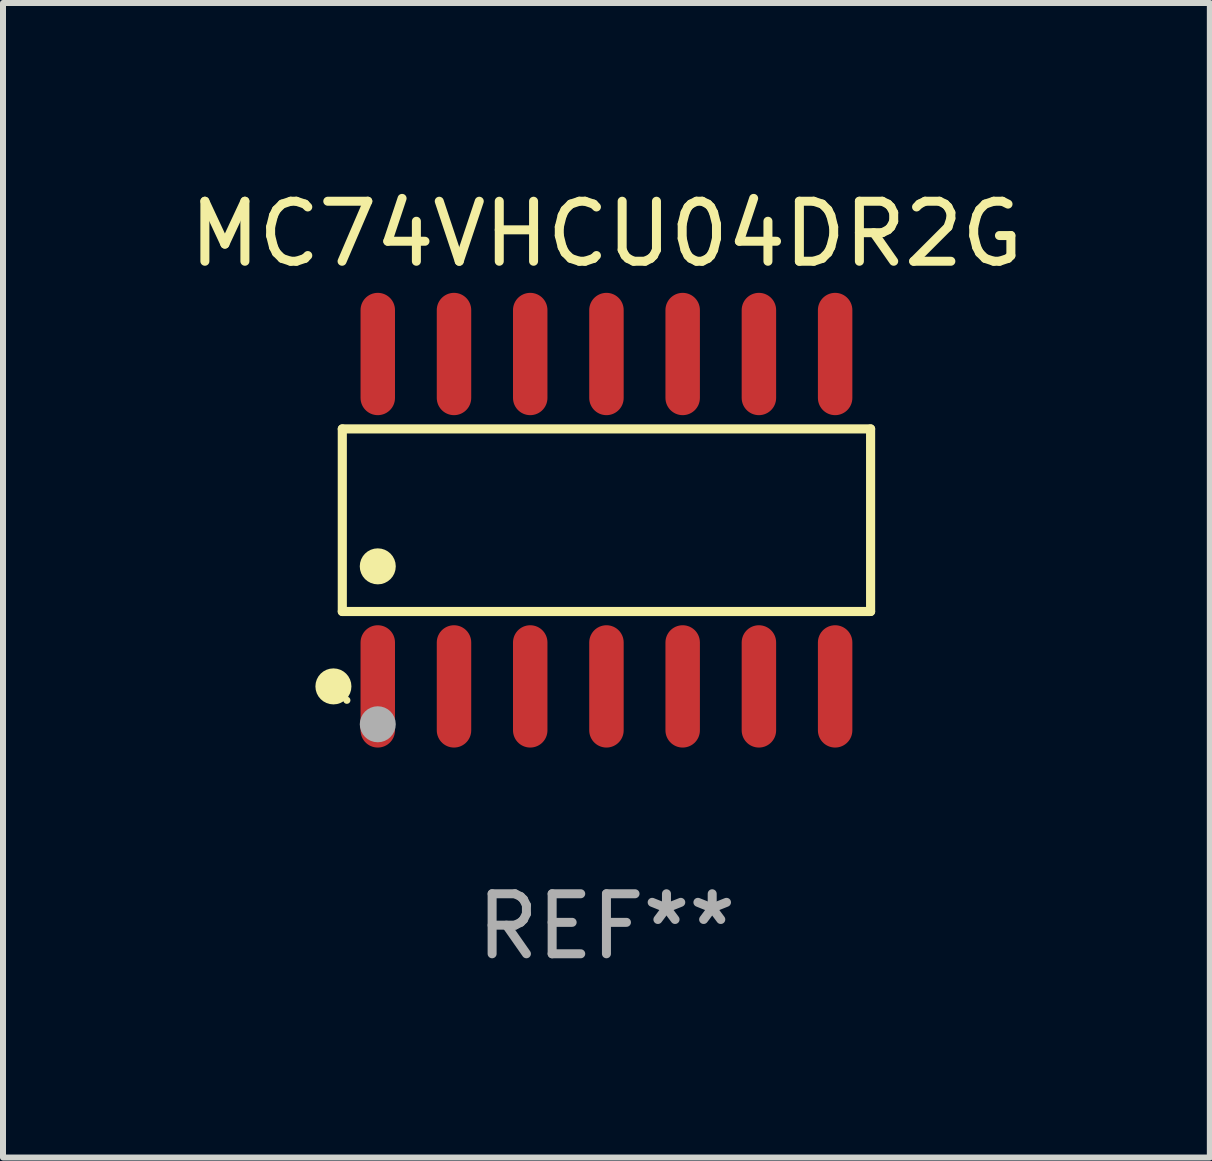
<source format=kicad_pcb>
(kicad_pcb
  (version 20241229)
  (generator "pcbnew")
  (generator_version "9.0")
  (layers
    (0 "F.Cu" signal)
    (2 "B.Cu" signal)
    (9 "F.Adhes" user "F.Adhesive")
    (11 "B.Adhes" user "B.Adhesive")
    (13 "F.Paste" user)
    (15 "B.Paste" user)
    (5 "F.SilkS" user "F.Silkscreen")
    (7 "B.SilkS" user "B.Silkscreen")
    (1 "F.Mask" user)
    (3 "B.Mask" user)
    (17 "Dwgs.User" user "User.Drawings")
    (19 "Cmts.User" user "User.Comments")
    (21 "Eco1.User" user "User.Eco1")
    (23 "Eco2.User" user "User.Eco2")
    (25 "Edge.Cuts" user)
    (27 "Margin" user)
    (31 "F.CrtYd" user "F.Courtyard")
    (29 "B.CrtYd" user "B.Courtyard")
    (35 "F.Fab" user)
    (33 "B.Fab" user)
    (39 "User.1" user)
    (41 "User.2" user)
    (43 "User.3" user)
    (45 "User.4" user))
  (footprint "MC74VHCU04DR2G"
    (layer "F.Cu")
    (at 7.054 5.617)
    (property "Reference" "MC74VHCU04DR2G" (at 0 -4.769 0) (layer "F.SilkS") (effects (font (size 1 1) (thickness 0.15))))
    (attr through_hole)
    (fp_line (start -4.401 -1.521) (end 4.401 -1.521) (stroke (width 0.152) (type solid)) (layer "F.SilkS"))
    (fp_line (start -4.401 1.521) (end -4.401 -1.521) (stroke (width 0.152) (type solid)) (layer "F.SilkS"))
    (fp_line (start 4.401 -1.521) (end 4.401 1.521) (stroke (width 0.152) (type solid)) (layer "F.SilkS"))
    (fp_line (start 4.401 1.521) (end -4.401 1.521) (stroke (width 0.152) (type solid)) (layer "F.SilkS"))
    (fp_circle (center -4.549 2.769) (end -4.399 2.769) (stroke (width 0.3) (type solid)) (fill no) (layer "F.SilkS"))
    (fp_circle (center -4.325 3) (end -4.295 3) (stroke (width 0.06) (type solid)) (fill no) (layer "F.SilkS"))
    (fp_circle (center -3.81 0.769) (end -3.66 0.769) (stroke (width 0.3) (type solid)) (fill no) (layer "F.SilkS"))
    (fp_circle (center -3.81 3.4) (end -3.66 3.4) (stroke (width 0.3) (type solid)) (fill no) (layer "F.Fab"))
    (fp_text user "REF**" (at 0 6.769 0) (layer "F.Fab") (effects (font (size 1 1) (thickness 0.15))))
    (pad "1" smd oval (at -3.81 2.769) (size 0.574 2.038) (layers "F.Cu" "F.Mask" "F.Paste"))
    (pad "2" smd oval (at -2.54 2.769) (size 0.574 2.038) (layers "F.Cu" "F.Mask" "F.Paste"))
    (pad "3" smd oval (at -1.27 2.769) (size 0.574 2.038) (layers "F.Cu" "F.Mask" "F.Paste"))
    (pad "4" smd oval (at 0 2.769) (size 0.574 2.038) (layers "F.Cu" "F.Mask" "F.Paste"))
    (pad "5" smd oval (at 1.27 2.769) (size 0.574 2.038) (layers "F.Cu" "F.Mask" "F.Paste"))
    (pad "6" smd oval (at 2.54 2.769) (size 0.574 2.038) (layers "F.Cu" "F.Mask" "F.Paste"))
    (pad "7" smd oval (at 3.81 2.769) (size 0.574 2.038) (layers "F.Cu" "F.Mask" "F.Paste"))
    (pad "8" smd oval (at 3.81 -2.769) (size 0.574 2.038) (layers "F.Cu" "F.Mask" "F.Paste"))
    (pad "9" smd oval (at 2.54 -2.769) (size 0.574 2.038) (layers "F.Cu" "F.Mask" "F.Paste"))
    (pad "10" smd oval (at 1.27 -2.769) (size 0.574 2.038) (layers "F.Cu" "F.Mask" "F.Paste"))
    (pad "11" smd oval (at 0 -2.769) (size 0.574 2.038) (layers "F.Cu" "F.Mask" "F.Paste"))
    (pad "12" smd oval (at -1.27 -2.769) (size 0.574 2.038) (layers "F.Cu" "F.Mask" "F.Paste"))
    (pad "13" smd oval (at -2.54 -2.769) (size 0.574 2.038) (layers "F.Cu" "F.Mask" "F.Paste"))
    (pad "14" smd oval (at -3.81 -2.769) (size 0.574 2.038) (layers "F.Cu" "F.Mask" "F.Paste")))
  (gr_rect
    (start -3 -3)
    (end 17.107 16.235)
    (stroke (width 0.1) (type default))
    (fill no)
    (layer "Edge.Cuts")))
</source>
